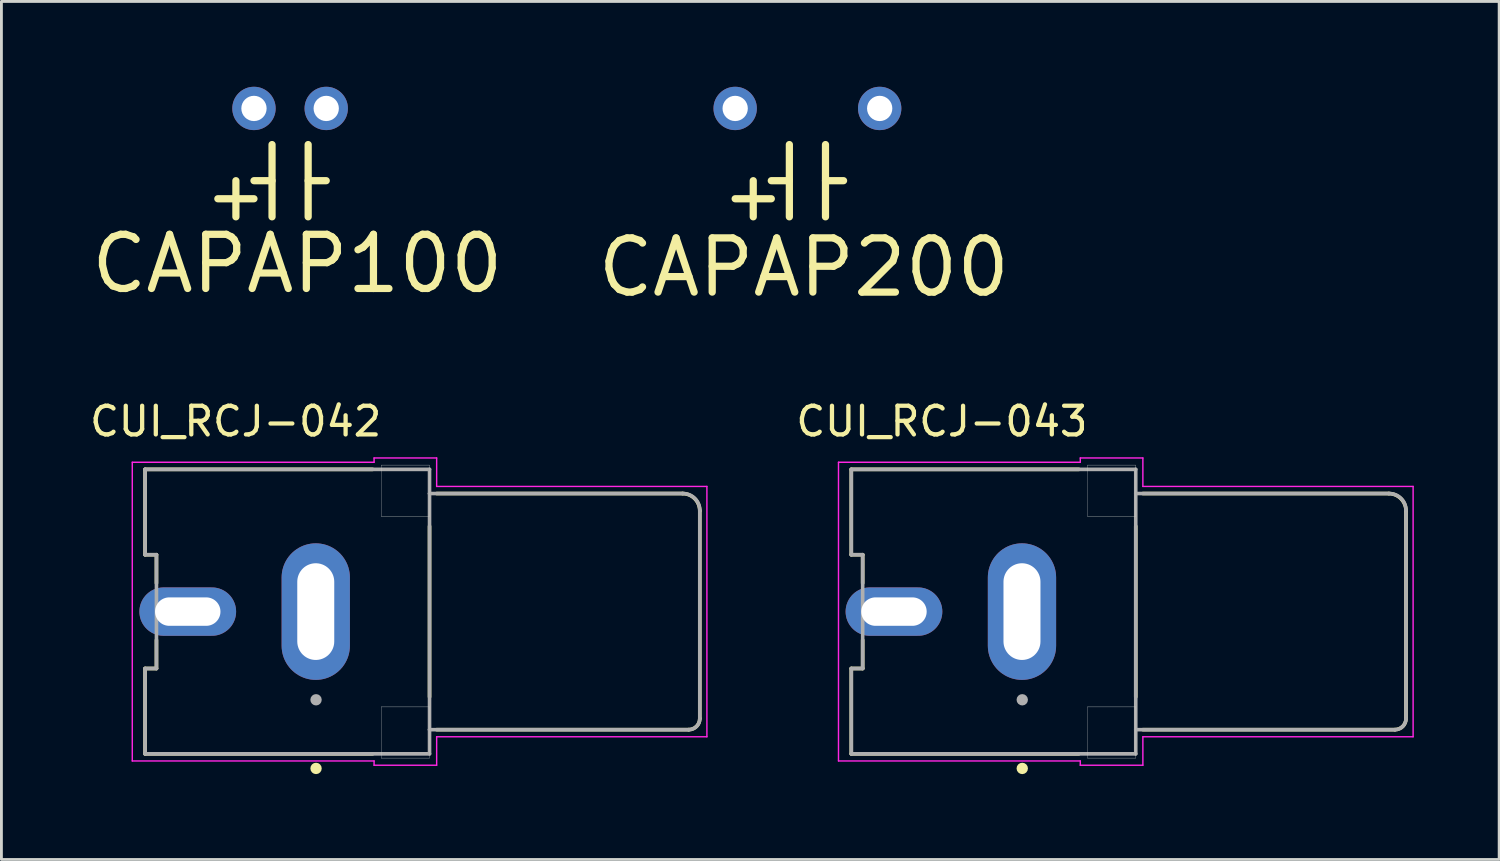
<source format=kicad_pcb>
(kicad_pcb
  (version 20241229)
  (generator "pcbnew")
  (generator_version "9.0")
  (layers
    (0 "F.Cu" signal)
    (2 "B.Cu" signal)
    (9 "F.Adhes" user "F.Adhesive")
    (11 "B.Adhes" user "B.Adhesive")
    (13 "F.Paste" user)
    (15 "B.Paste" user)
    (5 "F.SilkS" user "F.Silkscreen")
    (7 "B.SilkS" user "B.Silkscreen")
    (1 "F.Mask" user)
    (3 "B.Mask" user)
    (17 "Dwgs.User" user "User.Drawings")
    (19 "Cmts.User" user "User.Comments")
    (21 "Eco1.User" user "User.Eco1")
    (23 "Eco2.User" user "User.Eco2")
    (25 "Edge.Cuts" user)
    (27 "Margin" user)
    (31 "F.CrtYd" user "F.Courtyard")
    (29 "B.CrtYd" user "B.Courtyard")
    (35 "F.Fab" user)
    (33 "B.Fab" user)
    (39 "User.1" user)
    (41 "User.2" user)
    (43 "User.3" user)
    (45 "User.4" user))
  (footprint "CAPAP200"
    (layer "F.Cu")
    (at 22.794 0.762)
    (property "Reference" "CAPAP200" (at 2.413 5.588 180) (layer "F.SilkS") (effects (font (size 1.905 1.905) (thickness 0.254))))
    (attr through_hole)
    (fp_line (start 0 3.175) (end 1.27 3.175) (stroke (width 0.254) (type solid)) (layer "F.SilkS"))
    (fp_line (start 0.635 2.54) (end 0.635 3.81) (stroke (width 0.254) (type solid)) (layer "F.SilkS"))
    (fp_line (start 1.27 2.54) (end 1.905 2.54) (stroke (width 0.254) (type solid)) (layer "F.SilkS"))
    (fp_line (start 1.905 1.27) (end 1.905 3.81) (stroke (width 0.254) (type solid)) (layer "F.SilkS"))
    (fp_line (start 3.175 1.27) (end 3.175 3.81) (stroke (width 0.254) (type solid)) (layer "F.SilkS"))
    (fp_line (start 3.81 2.54) (end 3.175 2.54) (stroke (width 0.254) (type solid)) (layer "F.SilkS"))
    (pad "1" thru_hole circle (at 0 0) (size 1.524 1.524) (drill 0.889) (layers "*.Cu" "*.Mask"))
    (pad "2" thru_hole circle (at 5.08 0) (size 1.524 1.524) (drill 0.889) (layers "*.Cu" "*.Mask")))
  (footprint "CUI_RCJ-043"
    (layer "F.Cu")
    (at 36.876 18.45)
    (property "Reference" "CUI_RCJ-043" (at -6.815 -6.687 0) (layer "F.SilkS") (effects (font (size 1.008 1.008) (thickness 0.15))))
    (attr through_hole)
    (fp_line (start -10 -5) (end -2 -5) (stroke (width 0.127) (type solid)) (layer "F.SilkS"))
    (fp_line (start -10 -2) (end -10 -5) (stroke (width 0.127) (type solid)) (layer "F.SilkS"))
    (fp_line (start -10 2) (end -9.6 2) (stroke (width 0.127) (type solid)) (layer "F.SilkS"))
    (fp_line (start -10 5) (end -10 2) (stroke (width 0.127) (type solid)) (layer "F.SilkS"))
    (fp_line (start -10 5) (end -2 5) (stroke (width 0.127) (type solid)) (layer "F.SilkS"))
    (fp_line (start -9.6 -2) (end -10 -2) (stroke (width 0.127) (type solid)) (layer "F.SilkS"))
    (fp_line (start -9.6 -1) (end -9.6 -2) (stroke (width 0.127) (type solid)) (layer "F.SilkS"))
    (fp_line (start -9.6 2) (end -9.6 1) (stroke (width 0.127) (type solid)) (layer "F.SilkS"))
    (fp_line (start 0 3) (end 0 -3) (stroke (width 0.127) (type solid)) (layer "F.SilkS"))
    (fp_line (start 0.25 -4.15) (end 8.89 -4.15) (stroke (width 0.127) (type solid)) (layer "F.SilkS"))
    (fp_line (start 9.11 4.15) (end 0.25 4.15) (stroke (width 0.127) (type solid)) (layer "F.SilkS"))
    (fp_line (start 9.5 -3.54) (end 9.5 3.76) (stroke (width 0.127) (type solid)) (layer "F.SilkS"))
    (fp_arc (start 8.89 -4.15) (mid 9.321335 -3.971335) (end 9.5 -3.54) (stroke (width 0.127) (type solid)) (layer "F.SilkS"))
    (fp_arc (start 9.5 3.76) (mid 9.385772 4.035772) (end 9.11 4.15) (stroke (width 0.127) (type solid)) (layer "F.SilkS"))
    (fp_circle (center -3.99 5.513) (end -3.89 5.513) (stroke (width 0.2) (type solid)) (fill no) (layer "F.SilkS"))
    (fp_line (start -1.7 -5.15) (end -1.7 -3.35) (stroke (width 0.01) (type solid)) (layer "Edge.Cuts"))
    (fp_line (start -1.7 -3.35) (end 0 -3.35) (stroke (width 0.01) (type solid)) (layer "Edge.Cuts"))
    (fp_line (start -1.7 3.35) (end -1.7 5.15) (stroke (width 0.01) (type solid)) (layer "Edge.Cuts"))
    (fp_line (start -1.7 5.15) (end 0 5.15) (stroke (width 0.01) (type solid)) (layer "Edge.Cuts"))
    (fp_line (start 0 -5.15) (end -1.7 -5.15) (stroke (width 0.01) (type solid)) (layer "Edge.Cuts"))
    (fp_line (start 0 -3.35) (end 0 -5.15) (stroke (width 0.01) (type solid)) (layer "Edge.Cuts"))
    (fp_line (start 0 3.35) (end -1.7 3.35) (stroke (width 0.01) (type solid)) (layer "Edge.Cuts"))
    (fp_line (start 0 5.15) (end 0 3.35) (stroke (width 0.01) (type solid)) (layer "Edge.Cuts"))
    (fp_line (start -10.45 -5.25) (end -10.45 5.25) (stroke (width 0.05) (type solid)) (layer "F.CrtYd"))
    (fp_line (start -10.45 5.25) (end -1.95 5.25) (stroke (width 0.05) (type solid)) (layer "F.CrtYd"))
    (fp_line (start -1.95 -5.4) (end -1.95 -5.25) (stroke (width 0.05) (type solid)) (layer "F.CrtYd"))
    (fp_line (start -1.95 -5.25) (end -10.45 -5.25) (stroke (width 0.05) (type solid)) (layer "F.CrtYd"))
    (fp_line (start -1.95 5.25) (end -1.95 5.4) (stroke (width 0.05) (type solid)) (layer "F.CrtYd"))
    (fp_line (start -1.95 5.4) (end 0.25 5.4) (stroke (width 0.05) (type solid)) (layer "F.CrtYd"))
    (fp_line (start 0.25 -5.4) (end -1.95 -5.4) (stroke (width 0.05) (type solid)) (layer "F.CrtYd"))
    (fp_line (start 0.25 -4.4) (end 0.25 -5.4) (stroke (width 0.05) (type solid)) (layer "F.CrtYd"))
    (fp_line (start 0.25 4.4) (end 9.75 4.4) (stroke (width 0.05) (type solid)) (layer "F.CrtYd"))
    (fp_line (start 0.25 5.4) (end 0.25 4.4) (stroke (width 0.05) (type solid)) (layer "F.CrtYd"))
    (fp_line (start 9.75 -4.4) (end 0.25 -4.4) (stroke (width 0.05) (type solid)) (layer "F.CrtYd"))
    (fp_line (start 9.75 4.4) (end 9.75 -4.4) (stroke (width 0.05) (type solid)) (layer "F.CrtYd"))
    (fp_line (start -10 -5) (end 0 -5) (stroke (width 0.127) (type solid)) (layer "F.Fab"))
    (fp_line (start -10 -2) (end -10 -5) (stroke (width 0.127) (type solid)) (layer "F.Fab"))
    (fp_line (start -10 2) (end -9.6 2) (stroke (width 0.127) (type solid)) (layer "F.Fab"))
    (fp_line (start -10 5) (end -10 2) (stroke (width 0.127) (type solid)) (layer "F.Fab"))
    (fp_line (start -9.6 -2) (end -10 -2) (stroke (width 0.127) (type solid)) (layer "F.Fab"))
    (fp_line (start -9.6 2) (end -9.6 -2) (stroke (width 0.127) (type solid)) (layer "F.Fab"))
    (fp_line (start 0 -5) (end 0 -4.15) (stroke (width 0.127) (type solid)) (layer "F.Fab"))
    (fp_line (start 0 -4.15) (end 0 4.15) (stroke (width 0.127) (type solid)) (layer "F.Fab"))
    (fp_line (start 0 -4.15) (end 8.91 -4.15) (stroke (width 0.127) (type solid)) (layer "F.Fab"))
    (fp_line (start 0 4.15) (end 0 5) (stroke (width 0.127) (type solid)) (layer "F.Fab"))
    (fp_line (start 0 5) (end -10 5) (stroke (width 0.127) (type solid)) (layer "F.Fab"))
    (fp_line (start 9.11 4.15) (end 0 4.15) (stroke (width 0.127) (type solid)) (layer "F.Fab"))
    (fp_line (start 9.5 -3.56) (end 9.5 3.76) (stroke (width 0.127) (type solid)) (layer "F.Fab"))
    (fp_arc (start 8.91 -4.15) (mid 9.327193 -3.977193) (end 9.5 -3.56) (stroke (width 0.127) (type solid)) (layer "F.Fab"))
    (fp_arc (start 9.5 3.76) (mid 9.385772 4.035772) (end 9.11 4.15) (stroke (width 0.127) (type solid)) (layer "F.Fab"))
    (fp_circle (center -3.99 3.1) (end -3.89 3.1) (stroke (width 0.2) (type solid)) (fill no) (layer "F.Fab"))
    (pad "1" thru_hole oval (at -4 0) (size 2.4 4.8) (drill oval 1.3 3.4) (layers "*.Cu" "*.Mask"))
    (pad "2" thru_hole oval (at -8.5 0) (size 3.4 1.7) (drill oval 2.3 1) (layers "*.Cu" "*.Mask")))
  (footprint "CAPAP100"
    (layer "F.Cu")
    (at 5.878 0.762)
    (property "Reference" "CAPAP100" (at 1.524 5.461 180) (layer "F.SilkS") (effects (font (size 1.905 1.905) (thickness 0.254))))
    (attr through_hole)
    (fp_line (start -1.27 3.175) (end 0 3.175) (stroke (width 0.254) (type solid)) (layer "F.SilkS"))
    (fp_line (start -0.635 2.54) (end -0.635 3.81) (stroke (width 0.254) (type solid)) (layer "F.SilkS"))
    (fp_line (start 0 2.54) (end 0.635 2.54) (stroke (width 0.254) (type solid)) (layer "F.SilkS"))
    (fp_line (start 0.635 1.27) (end 0.635 3.81) (stroke (width 0.254) (type solid)) (layer "F.SilkS"))
    (fp_line (start 1.905 1.27) (end 1.905 3.81) (stroke (width 0.254) (type solid)) (layer "F.SilkS"))
    (fp_line (start 2.54 2.54) (end 1.905 2.54) (stroke (width 0.254) (type solid)) (layer "F.SilkS"))
    (pad "1" thru_hole circle (at 0 0) (size 1.524 1.524) (drill 0.889) (layers "*.Cu" "*.Mask"))
    (pad "2" thru_hole circle (at 2.54 0) (size 1.524 1.524) (drill 0.889) (layers "*.Cu" "*.Mask")))
  (footprint "CUI_RCJ-042"
    (layer "F.Cu")
    (at 12.05 18.45)
    (property "Reference" "CUI_RCJ-042" (at -6.815 -6.687 0) (layer "F.SilkS") (effects (font (size 1.008 1.008) (thickness 0.15))))
    (attr through_hole)
    (fp_line (start -10 -5) (end -2 -5) (stroke (width 0.127) (type solid)) (layer "F.SilkS"))
    (fp_line (start -10 -2) (end -10 -5) (stroke (width 0.127) (type solid)) (layer "F.SilkS"))
    (fp_line (start -10 2) (end -9.6 2) (stroke (width 0.127) (type solid)) (layer "F.SilkS"))
    (fp_line (start -10 5) (end -10 2) (stroke (width 0.127) (type solid)) (layer "F.SilkS"))
    (fp_line (start -10 5) (end -2 5) (stroke (width 0.127) (type solid)) (layer "F.SilkS"))
    (fp_line (start -9.6 -2) (end -10 -2) (stroke (width 0.127) (type solid)) (layer "F.SilkS"))
    (fp_line (start -9.6 -1) (end -9.6 -2) (stroke (width 0.127) (type solid)) (layer "F.SilkS"))
    (fp_line (start -9.6 2) (end -9.6 1) (stroke (width 0.127) (type solid)) (layer "F.SilkS"))
    (fp_line (start 0 3) (end 0 -3) (stroke (width 0.127) (type solid)) (layer "F.SilkS"))
    (fp_line (start 0.25 -4.15) (end 8.89 -4.15) (stroke (width 0.127) (type solid)) (layer "F.SilkS"))
    (fp_line (start 9.11 4.15) (end 0.25 4.15) (stroke (width 0.127) (type solid)) (layer "F.SilkS"))
    (fp_line (start 9.5 -3.54) (end 9.5 3.76) (stroke (width 0.127) (type solid)) (layer "F.SilkS"))
    (fp_arc (start 8.89 -4.15) (mid 9.321335 -3.971335) (end 9.5 -3.54) (stroke (width 0.127) (type solid)) (layer "F.SilkS"))
    (fp_arc (start 9.5 3.76) (mid 9.385772 4.035772) (end 9.11 4.15) (stroke (width 0.127) (type solid)) (layer "F.SilkS"))
    (fp_circle (center -3.99 5.513) (end -3.89 5.513) (stroke (width 0.2) (type solid)) (fill no) (layer "F.SilkS"))
    (fp_line (start -1.7 -5.15) (end -1.7 -3.35) (stroke (width 0.01) (type solid)) (layer "Edge.Cuts"))
    (fp_line (start -1.7 -3.35) (end 0 -3.35) (stroke (width 0.01) (type solid)) (layer "Edge.Cuts"))
    (fp_line (start -1.7 3.35) (end -1.7 5.15) (stroke (width 0.01) (type solid)) (layer "Edge.Cuts"))
    (fp_line (start -1.7 5.15) (end 0 5.15) (stroke (width 0.01) (type solid)) (layer "Edge.Cuts"))
    (fp_line (start 0 -5.15) (end -1.7 -5.15) (stroke (width 0.01) (type solid)) (layer "Edge.Cuts"))
    (fp_line (start 0 -3.35) (end 0 -5.15) (stroke (width 0.01) (type solid)) (layer "Edge.Cuts"))
    (fp_line (start 0 3.35) (end -1.7 3.35) (stroke (width 0.01) (type solid)) (layer "Edge.Cuts"))
    (fp_line (start 0 5.15) (end 0 3.35) (stroke (width 0.01) (type solid)) (layer "Edge.Cuts"))
    (fp_line (start -10.45 -5.25) (end -10.45 5.25) (stroke (width 0.05) (type solid)) (layer "F.CrtYd"))
    (fp_line (start -10.45 5.25) (end -1.95 5.25) (stroke (width 0.05) (type solid)) (layer "F.CrtYd"))
    (fp_line (start -1.95 -5.4) (end -1.95 -5.25) (stroke (width 0.05) (type solid)) (layer "F.CrtYd"))
    (fp_line (start -1.95 -5.25) (end -10.45 -5.25) (stroke (width 0.05) (type solid)) (layer "F.CrtYd"))
    (fp_line (start -1.95 5.25) (end -1.95 5.4) (stroke (width 0.05) (type solid)) (layer "F.CrtYd"))
    (fp_line (start -1.95 5.4) (end 0.25 5.4) (stroke (width 0.05) (type solid)) (layer "F.CrtYd"))
    (fp_line (start 0.25 -5.4) (end -1.95 -5.4) (stroke (width 0.05) (type solid)) (layer "F.CrtYd"))
    (fp_line (start 0.25 -4.4) (end 0.25 -5.4) (stroke (width 0.05) (type solid)) (layer "F.CrtYd"))
    (fp_line (start 0.25 4.4) (end 9.75 4.4) (stroke (width 0.05) (type solid)) (layer "F.CrtYd"))
    (fp_line (start 0.25 5.4) (end 0.25 4.4) (stroke (width 0.05) (type solid)) (layer "F.CrtYd"))
    (fp_line (start 9.75 -4.4) (end 0.25 -4.4) (stroke (width 0.05) (type solid)) (layer "F.CrtYd"))
    (fp_line (start 9.75 4.4) (end 9.75 -4.4) (stroke (width 0.05) (type solid)) (layer "F.CrtYd"))
    (fp_line (start -10 -5) (end 0 -5) (stroke (width 0.127) (type solid)) (layer "F.Fab"))
    (fp_line (start -10 -2) (end -10 -5) (stroke (width 0.127) (type solid)) (layer "F.Fab"))
    (fp_line (start -10 2) (end -9.6 2) (stroke (width 0.127) (type solid)) (layer "F.Fab"))
    (fp_line (start -10 5) (end -10 2) (stroke (width 0.127) (type solid)) (layer "F.Fab"))
    (fp_line (start -9.6 -2) (end -10 -2) (stroke (width 0.127) (type solid)) (layer "F.Fab"))
    (fp_line (start -9.6 2) (end -9.6 -2) (stroke (width 0.127) (type solid)) (layer "F.Fab"))
    (fp_line (start 0 -5) (end 0 -4.15) (stroke (width 0.127) (type solid)) (layer "F.Fab"))
    (fp_line (start 0 -4.15) (end 0 4.15) (stroke (width 0.127) (type solid)) (layer "F.Fab"))
    (fp_line (start 0 -4.15) (end 8.91 -4.15) (stroke (width 0.127) (type solid)) (layer "F.Fab"))
    (fp_line (start 0 4.15) (end 0 5) (stroke (width 0.127) (type solid)) (layer "F.Fab"))
    (fp_line (start 0 5) (end -10 5) (stroke (width 0.127) (type solid)) (layer "F.Fab"))
    (fp_line (start 9.11 4.15) (end 0 4.15) (stroke (width 0.127) (type solid)) (layer "F.Fab"))
    (fp_line (start 9.5 -3.56) (end 9.5 3.76) (stroke (width 0.127) (type solid)) (layer "F.Fab"))
    (fp_arc (start 8.91 -4.15) (mid 9.327193 -3.977193) (end 9.5 -3.56) (stroke (width 0.127) (type solid)) (layer "F.Fab"))
    (fp_arc (start 9.5 3.76) (mid 9.385772 4.035772) (end 9.11 4.15) (stroke (width 0.127) (type solid)) (layer "F.Fab"))
    (fp_circle (center -3.99 3.1) (end -3.89 3.1) (stroke (width 0.2) (type solid)) (fill no) (layer "F.Fab"))
    (pad "1" thru_hole oval (at -4 0) (size 2.4 4.8) (drill oval 1.3 3.4) (layers "*.Cu" "*.Mask"))
    (pad "2" thru_hole oval (at -8.5 0) (size 3.4 1.7) (drill oval 2.3 1) (layers "*.Cu" "*.Mask")))
  (gr_rect
    (start -3 -3)
    (end 49.651 27.163)
    (stroke (width 0.1) (type default))
    (fill no)
    (layer "Edge.Cuts")))
</source>
